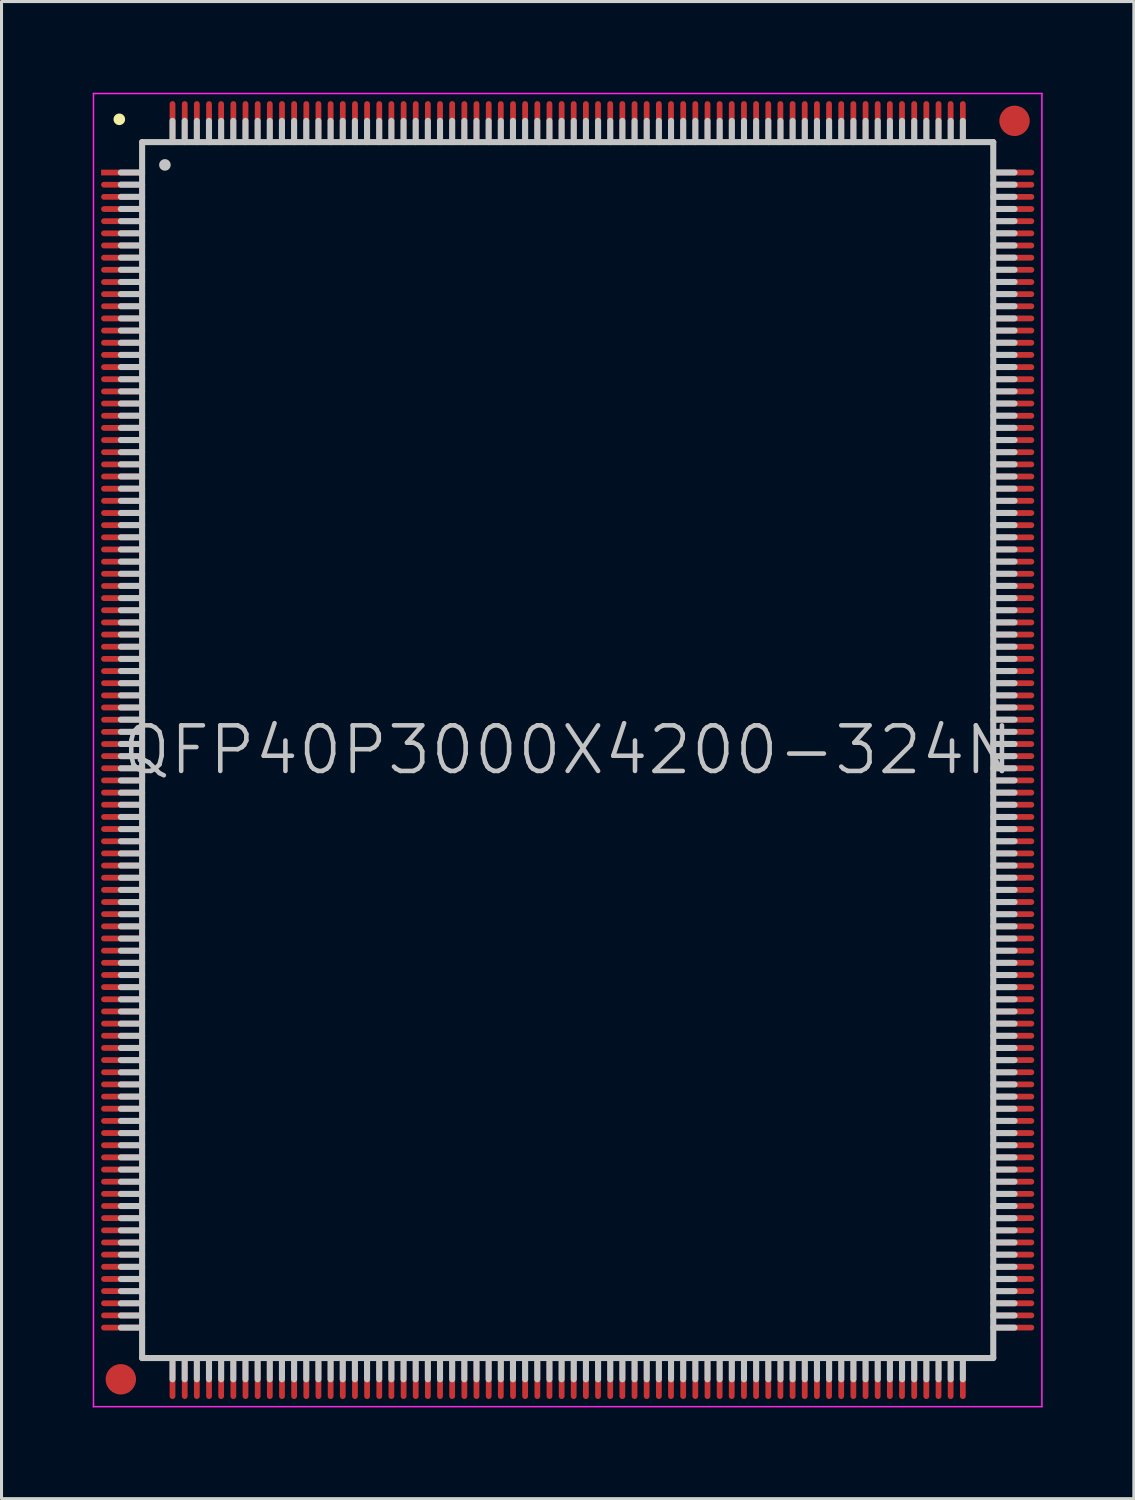
<source format=kicad_pcb>
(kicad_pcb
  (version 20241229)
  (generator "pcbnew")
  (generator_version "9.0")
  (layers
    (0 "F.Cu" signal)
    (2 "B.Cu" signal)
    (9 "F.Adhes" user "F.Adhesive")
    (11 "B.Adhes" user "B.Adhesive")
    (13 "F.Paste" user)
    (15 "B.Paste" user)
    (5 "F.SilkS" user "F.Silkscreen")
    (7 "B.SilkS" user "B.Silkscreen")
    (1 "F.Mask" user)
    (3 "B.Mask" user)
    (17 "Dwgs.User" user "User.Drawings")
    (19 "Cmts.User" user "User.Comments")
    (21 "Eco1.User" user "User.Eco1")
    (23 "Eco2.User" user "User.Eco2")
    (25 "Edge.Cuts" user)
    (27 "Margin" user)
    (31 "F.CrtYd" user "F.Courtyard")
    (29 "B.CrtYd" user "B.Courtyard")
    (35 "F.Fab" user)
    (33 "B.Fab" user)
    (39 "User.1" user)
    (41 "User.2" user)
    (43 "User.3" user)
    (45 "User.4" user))
  (footprint "QFP40P3000X4200-324N"
    (layer "F.Cu")
    (at 15.625 21.625)
    (property "Reference" "QFP40P3000X4200-324N" (at 0 0 0) (layer "Dwgs.User") (effects (font (size 1.5 1.5) (thickness 0.15))))
    (attr smd)
    (fp_line (start -14.75 -20.75) (end -14.75 -20.75) (stroke (width 0.381) (type solid)) (layer "F.SilkS"))
    (fp_line (start -14 -20) (end -14 20) (stroke (width 0.2) (type solid)) (layer "Dwgs.User"))
    (fp_line (start -14 -20) (end 14 -20) (stroke (width 0.2) (type solid)) (layer "Dwgs.User"))
    (fp_line (start -14 -19) (end -14.7 -19) (stroke (width 0.2) (type solid)) (layer "Dwgs.User"))
    (fp_line (start -14 -18.6) (end -14.7 -18.6) (stroke (width 0.2) (type solid)) (layer "Dwgs.User"))
    (fp_line (start -14 -18.2) (end -14.7 -18.2) (stroke (width 0.2) (type solid)) (layer "Dwgs.User"))
    (fp_line (start -14 -17.8) (end -14.7 -17.8) (stroke (width 0.2) (type solid)) (layer "Dwgs.User"))
    (fp_line (start -14 -17.4) (end -14.7 -17.4) (stroke (width 0.2) (type solid)) (layer "Dwgs.User"))
    (fp_line (start -14 -17) (end -14.7 -17) (stroke (width 0.2) (type solid)) (layer "Dwgs.User"))
    (fp_line (start -14 -16.6) (end -14.7 -16.6) (stroke (width 0.2) (type solid)) (layer "Dwgs.User"))
    (fp_line (start -14 -16.2) (end -14.7 -16.2) (stroke (width 0.2) (type solid)) (layer "Dwgs.User"))
    (fp_line (start -14 -15.8) (end -14.7 -15.8) (stroke (width 0.2) (type solid)) (layer "Dwgs.User"))
    (fp_line (start -14 -15.4) (end -14.7 -15.4) (stroke (width 0.2) (type solid)) (layer "Dwgs.User"))
    (fp_line (start -14 -15) (end -14.7 -15) (stroke (width 0.2) (type solid)) (layer "Dwgs.User"))
    (fp_line (start -14 -14.6) (end -14.7 -14.6) (stroke (width 0.2) (type solid)) (layer "Dwgs.User"))
    (fp_line (start -14 -14.2) (end -14.7 -14.2) (stroke (width 0.2) (type solid)) (layer "Dwgs.User"))
    (fp_line (start -14 -13.8) (end -14.7 -13.8) (stroke (width 0.2) (type solid)) (layer "Dwgs.User"))
    (fp_line (start -14 -13.4) (end -14.7 -13.4) (stroke (width 0.2) (type solid)) (layer "Dwgs.User"))
    (fp_line (start -14 -13) (end -14.7 -13) (stroke (width 0.2) (type solid)) (layer "Dwgs.User"))
    (fp_line (start -14 -12.6) (end -14.7 -12.6) (stroke (width 0.2) (type solid)) (layer "Dwgs.User"))
    (fp_line (start -14 -12.2) (end -14.7 -12.2) (stroke (width 0.2) (type solid)) (layer "Dwgs.User"))
    (fp_line (start -14 -11.8) (end -14.7 -11.8) (stroke (width 0.2) (type solid)) (layer "Dwgs.User"))
    (fp_line (start -14 -11.4) (end -14.7 -11.4) (stroke (width 0.2) (type solid)) (layer "Dwgs.User"))
    (fp_line (start -14 -11) (end -14.7 -11) (stroke (width 0.2) (type solid)) (layer "Dwgs.User"))
    (fp_line (start -14 -10.6) (end -14.7 -10.6) (stroke (width 0.2) (type solid)) (layer "Dwgs.User"))
    (fp_line (start -14 -10.2) (end -14.7 -10.2) (stroke (width 0.2) (type solid)) (layer "Dwgs.User"))
    (fp_line (start -14 -9.8) (end -14.7 -9.8) (stroke (width 0.2) (type solid)) (layer "Dwgs.User"))
    (fp_line (start -14 -9.4) (end -14.7 -9.4) (stroke (width 0.2) (type solid)) (layer "Dwgs.User"))
    (fp_line (start -14 -9) (end -14.7 -9) (stroke (width 0.2) (type solid)) (layer "Dwgs.User"))
    (fp_line (start -14 -8.6) (end -14.7 -8.6) (stroke (width 0.2) (type solid)) (layer "Dwgs.User"))
    (fp_line (start -14 -8.2) (end -14.7 -8.2) (stroke (width 0.2) (type solid)) (layer "Dwgs.User"))
    (fp_line (start -14 -7.8) (end -14.7 -7.8) (stroke (width 0.2) (type solid)) (layer "Dwgs.User"))
    (fp_line (start -14 -7.4) (end -14.7 -7.4) (stroke (width 0.2) (type solid)) (layer "Dwgs.User"))
    (fp_line (start -14 -7) (end -14.7 -7) (stroke (width 0.2) (type solid)) (layer "Dwgs.User"))
    (fp_line (start -14 -6.6) (end -14.7 -6.6) (stroke (width 0.2) (type solid)) (layer "Dwgs.User"))
    (fp_line (start -14 -6.2) (end -14.7 -6.2) (stroke (width 0.2) (type solid)) (layer "Dwgs.User"))
    (fp_line (start -14 -5.8) (end -14.7 -5.8) (stroke (width 0.2) (type solid)) (layer "Dwgs.User"))
    (fp_line (start -14 -5.4) (end -14.7 -5.4) (stroke (width 0.2) (type solid)) (layer "Dwgs.User"))
    (fp_line (start -14 -5) (end -14.7 -5) (stroke (width 0.2) (type solid)) (layer "Dwgs.User"))
    (fp_line (start -14 -4.6) (end -14.7 -4.6) (stroke (width 0.2) (type solid)) (layer "Dwgs.User"))
    (fp_line (start -14 -4.2) (end -14.7 -4.2) (stroke (width 0.2) (type solid)) (layer "Dwgs.User"))
    (fp_line (start -14 -3.8) (end -14.7 -3.8) (stroke (width 0.2) (type solid)) (layer "Dwgs.User"))
    (fp_line (start -14 -3.4) (end -14.7 -3.4) (stroke (width 0.2) (type solid)) (layer "Dwgs.User"))
    (fp_line (start -14 -3) (end -14.7 -3) (stroke (width 0.2) (type solid)) (layer "Dwgs.User"))
    (fp_line (start -14 -2.6) (end -14.7 -2.6) (stroke (width 0.2) (type solid)) (layer "Dwgs.User"))
    (fp_line (start -14 -2.2) (end -14.7 -2.2) (stroke (width 0.2) (type solid)) (layer "Dwgs.User"))
    (fp_line (start -14 -1.8) (end -14.7 -1.8) (stroke (width 0.2) (type solid)) (layer "Dwgs.User"))
    (fp_line (start -14 -1.4) (end -14.7 -1.4) (stroke (width 0.2) (type solid)) (layer "Dwgs.User"))
    (fp_line (start -14 -1) (end -14.7 -1) (stroke (width 0.2) (type solid)) (layer "Dwgs.User"))
    (fp_line (start -14 -0.6) (end -14.7 -0.6) (stroke (width 0.2) (type solid)) (layer "Dwgs.User"))
    (fp_line (start -14 -0.2) (end -14.7 -0.2) (stroke (width 0.2) (type solid)) (layer "Dwgs.User"))
    (fp_line (start -14 0.2) (end -14.7 0.2) (stroke (width 0.2) (type solid)) (layer "Dwgs.User"))
    (fp_line (start -14 0.6) (end -14.7 0.6) (stroke (width 0.2) (type solid)) (layer "Dwgs.User"))
    (fp_line (start -14 1) (end -14.7 1) (stroke (width 0.2) (type solid)) (layer "Dwgs.User"))
    (fp_line (start -14 1.4) (end -14.7 1.4) (stroke (width 0.2) (type solid)) (layer "Dwgs.User"))
    (fp_line (start -14 1.8) (end -14.7 1.8) (stroke (width 0.2) (type solid)) (layer "Dwgs.User"))
    (fp_line (start -14 2.2) (end -14.7 2.2) (stroke (width 0.2) (type solid)) (layer "Dwgs.User"))
    (fp_line (start -14 2.6) (end -14.7 2.6) (stroke (width 0.2) (type solid)) (layer "Dwgs.User"))
    (fp_line (start -14 3) (end -14.7 3) (stroke (width 0.2) (type solid)) (layer "Dwgs.User"))
    (fp_line (start -14 3.4) (end -14.7 3.4) (stroke (width 0.2) (type solid)) (layer "Dwgs.User"))
    (fp_line (start -14 3.8) (end -14.7 3.8) (stroke (width 0.2) (type solid)) (layer "Dwgs.User"))
    (fp_line (start -14 4.2) (end -14.7 4.2) (stroke (width 0.2) (type solid)) (layer "Dwgs.User"))
    (fp_line (start -14 4.6) (end -14.7 4.6) (stroke (width 0.2) (type solid)) (layer "Dwgs.User"))
    (fp_line (start -14 5) (end -14.7 5) (stroke (width 0.2) (type solid)) (layer "Dwgs.User"))
    (fp_line (start -14 5.4) (end -14.7 5.4) (stroke (width 0.2) (type solid)) (layer "Dwgs.User"))
    (fp_line (start -14 5.8) (end -14.7 5.8) (stroke (width 0.2) (type solid)) (layer "Dwgs.User"))
    (fp_line (start -14 6.2) (end -14.7 6.2) (stroke (width 0.2) (type solid)) (layer "Dwgs.User"))
    (fp_line (start -14 6.6) (end -14.7 6.6) (stroke (width 0.2) (type solid)) (layer "Dwgs.User"))
    (fp_line (start -14 7) (end -14.7 7) (stroke (width 0.2) (type solid)) (layer "Dwgs.User"))
    (fp_line (start -14 7.4) (end -14.7 7.4) (stroke (width 0.2) (type solid)) (layer "Dwgs.User"))
    (fp_line (start -14 7.8) (end -14.7 7.8) (stroke (width 0.2) (type solid)) (layer "Dwgs.User"))
    (fp_line (start -14 8.2) (end -14.7 8.2) (stroke (width 0.2) (type solid)) (layer "Dwgs.User"))
    (fp_line (start -14 8.6) (end -14.7 8.6) (stroke (width 0.2) (type solid)) (layer "Dwgs.User"))
    (fp_line (start -14 9) (end -14.7 9) (stroke (width 0.2) (type solid)) (layer "Dwgs.User"))
    (fp_line (start -14 9.4) (end -14.7 9.4) (stroke (width 0.2) (type solid)) (layer "Dwgs.User"))
    (fp_line (start -14 9.8) (end -14.7 9.8) (stroke (width 0.2) (type solid)) (layer "Dwgs.User"))
    (fp_line (start -14 10.2) (end -14.7 10.2) (stroke (width 0.2) (type solid)) (layer "Dwgs.User"))
    (fp_line (start -14 10.6) (end -14.7 10.6) (stroke (width 0.2) (type solid)) (layer "Dwgs.User"))
    (fp_line (start -14 11) (end -14.7 11) (stroke (width 0.2) (type solid)) (layer "Dwgs.User"))
    (fp_line (start -14 11.4) (end -14.7 11.4) (stroke (width 0.2) (type solid)) (layer "Dwgs.User"))
    (fp_line (start -14 11.8) (end -14.7 11.8) (stroke (width 0.2) (type solid)) (layer "Dwgs.User"))
    (fp_line (start -14 12.2) (end -14.7 12.2) (stroke (width 0.2) (type solid)) (layer "Dwgs.User"))
    (fp_line (start -14 12.6) (end -14.7 12.6) (stroke (width 0.2) (type solid)) (layer "Dwgs.User"))
    (fp_line (start -14 13) (end -14.7 13) (stroke (width 0.2) (type solid)) (layer "Dwgs.User"))
    (fp_line (start -14 13.4) (end -14.7 13.4) (stroke (width 0.2) (type solid)) (layer "Dwgs.User"))
    (fp_line (start -14 13.8) (end -14.7 13.8) (stroke (width 0.2) (type solid)) (layer "Dwgs.User"))
    (fp_line (start -14 14.2) (end -14.7 14.2) (stroke (width 0.2) (type solid)) (layer "Dwgs.User"))
    (fp_line (start -14 14.6) (end -14.7 14.6) (stroke (width 0.2) (type solid)) (layer "Dwgs.User"))
    (fp_line (start -14 15) (end -14.7 15) (stroke (width 0.2) (type solid)) (layer "Dwgs.User"))
    (fp_line (start -14 15.4) (end -14.7 15.4) (stroke (width 0.2) (type solid)) (layer "Dwgs.User"))
    (fp_line (start -14 15.8) (end -14.7 15.8) (stroke (width 0.2) (type solid)) (layer "Dwgs.User"))
    (fp_line (start -14 16.2) (end -14.7 16.2) (stroke (width 0.2) (type solid)) (layer "Dwgs.User"))
    (fp_line (start -14 16.6) (end -14.7 16.6) (stroke (width 0.2) (type solid)) (layer "Dwgs.User"))
    (fp_line (start -14 17) (end -14.7 17) (stroke (width 0.2) (type solid)) (layer "Dwgs.User"))
    (fp_line (start -14 17.4) (end -14.7 17.4) (stroke (width 0.2) (type solid)) (layer "Dwgs.User"))
    (fp_line (start -14 17.8) (end -14.7 17.8) (stroke (width 0.2) (type solid)) (layer "Dwgs.User"))
    (fp_line (start -14 18.2) (end -14.7 18.2) (stroke (width 0.2) (type solid)) (layer "Dwgs.User"))
    (fp_line (start -14 18.6) (end -14.7 18.6) (stroke (width 0.2) (type solid)) (layer "Dwgs.User"))
    (fp_line (start -14 19) (end -14.7 19) (stroke (width 0.2) (type solid)) (layer "Dwgs.User"))
    (fp_line (start -14 20) (end 14 20) (stroke (width 0.2) (type solid)) (layer "Dwgs.User"))
    (fp_line (start -13.25 -19.25) (end -13.25 -19.25) (stroke (width 0.381) (type solid)) (layer "Dwgs.User"))
    (fp_line (start -13 -20) (end -13 -20.7) (stroke (width 0.2) (type solid)) (layer "Dwgs.User"))
    (fp_line (start -13 20.7) (end -13 20) (stroke (width 0.2) (type solid)) (layer "Dwgs.User"))
    (fp_line (start -12.6 -20) (end -12.6 -20.7) (stroke (width 0.2) (type solid)) (layer "Dwgs.User"))
    (fp_line (start -12.6 20.7) (end -12.6 20) (stroke (width 0.2) (type solid)) (layer "Dwgs.User"))
    (fp_line (start -12.2 -20) (end -12.2 -20.7) (stroke (width 0.2) (type solid)) (layer "Dwgs.User"))
    (fp_line (start -12.2 20.7) (end -12.2 20) (stroke (width 0.2) (type solid)) (layer "Dwgs.User"))
    (fp_line (start -11.8 -20) (end -11.8 -20.7) (stroke (width 0.2) (type solid)) (layer "Dwgs.User"))
    (fp_line (start -11.8 20.7) (end -11.8 20) (stroke (width 0.2) (type solid)) (layer "Dwgs.User"))
    (fp_line (start -11.4 -20) (end -11.4 -20.7) (stroke (width 0.2) (type solid)) (layer "Dwgs.User"))
    (fp_line (start -11.4 20.7) (end -11.4 20) (stroke (width 0.2) (type solid)) (layer "Dwgs.User"))
    (fp_line (start -11 -20) (end -11 -20.7) (stroke (width 0.2) (type solid)) (layer "Dwgs.User"))
    (fp_line (start -11 20.7) (end -11 20) (stroke (width 0.2) (type solid)) (layer "Dwgs.User"))
    (fp_line (start -10.6 -20) (end -10.6 -20.7) (stroke (width 0.2) (type solid)) (layer "Dwgs.User"))
    (fp_line (start -10.6 20.7) (end -10.6 20) (stroke (width 0.2) (type solid)) (layer "Dwgs.User"))
    (fp_line (start -10.2 -20) (end -10.2 -20.7) (stroke (width 0.2) (type solid)) (layer "Dwgs.User"))
    (fp_line (start -10.2 20.7) (end -10.2 20) (stroke (width 0.2) (type solid)) (layer "Dwgs.User"))
    (fp_line (start -9.8 -20) (end -9.8 -20.7) (stroke (width 0.2) (type solid)) (layer "Dwgs.User"))
    (fp_line (start -9.8 20.7) (end -9.8 20) (stroke (width 0.2) (type solid)) (layer "Dwgs.User"))
    (fp_line (start -9.4 -20) (end -9.4 -20.7) (stroke (width 0.2) (type solid)) (layer "Dwgs.User"))
    (fp_line (start -9.4 20.7) (end -9.4 20) (stroke (width 0.2) (type solid)) (layer "Dwgs.User"))
    (fp_line (start -9 -20) (end -9 -20.7) (stroke (width 0.2) (type solid)) (layer "Dwgs.User"))
    (fp_line (start -9 20.7) (end -9 20) (stroke (width 0.2) (type solid)) (layer "Dwgs.User"))
    (fp_line (start -8.6 -20) (end -8.6 -20.7) (stroke (width 0.2) (type solid)) (layer "Dwgs.User"))
    (fp_line (start -8.6 20.7) (end -8.6 20) (stroke (width 0.2) (type solid)) (layer "Dwgs.User"))
    (fp_line (start -8.2 -20) (end -8.2 -20.7) (stroke (width 0.2) (type solid)) (layer "Dwgs.User"))
    (fp_line (start -8.2 20.7) (end -8.2 20) (stroke (width 0.2) (type solid)) (layer "Dwgs.User"))
    (fp_line (start -7.8 -20) (end -7.8 -20.7) (stroke (width 0.2) (type solid)) (layer "Dwgs.User"))
    (fp_line (start -7.8 20.7) (end -7.8 20) (stroke (width 0.2) (type solid)) (layer "Dwgs.User"))
    (fp_line (start -7.4 -20) (end -7.4 -20.7) (stroke (width 0.2) (type solid)) (layer "Dwgs.User"))
    (fp_line (start -7.4 20.7) (end -7.4 20) (stroke (width 0.2) (type solid)) (layer "Dwgs.User"))
    (fp_line (start -7 -20) (end -7 -20.7) (stroke (width 0.2) (type solid)) (layer "Dwgs.User"))
    (fp_line (start -7 20.7) (end -7 20) (stroke (width 0.2) (type solid)) (layer "Dwgs.User"))
    (fp_line (start -6.6 -20) (end -6.6 -20.7) (stroke (width 0.2) (type solid)) (layer "Dwgs.User"))
    (fp_line (start -6.6 20.7) (end -6.6 20) (stroke (width 0.2) (type solid)) (layer "Dwgs.User"))
    (fp_line (start -6.2 -20) (end -6.2 -20.7) (stroke (width 0.2) (type solid)) (layer "Dwgs.User"))
    (fp_line (start -6.2 20.7) (end -6.2 20) (stroke (width 0.2) (type solid)) (layer "Dwgs.User"))
    (fp_line (start -5.8 -20) (end -5.8 -20.7) (stroke (width 0.2) (type solid)) (layer "Dwgs.User"))
    (fp_line (start -5.8 20.7) (end -5.8 20) (stroke (width 0.2) (type solid)) (layer "Dwgs.User"))
    (fp_line (start -5.4 -20) (end -5.4 -20.7) (stroke (width 0.2) (type solid)) (layer "Dwgs.User"))
    (fp_line (start -5.4 20.7) (end -5.4 20) (stroke (width 0.2) (type solid)) (layer "Dwgs.User"))
    (fp_line (start -5 -20) (end -5 -20.7) (stroke (width 0.2) (type solid)) (layer "Dwgs.User"))
    (fp_line (start -5 20.7) (end -5 20) (stroke (width 0.2) (type solid)) (layer "Dwgs.User"))
    (fp_line (start -4.6 -20) (end -4.6 -20.7) (stroke (width 0.2) (type solid)) (layer "Dwgs.User"))
    (fp_line (start -4.6 20.7) (end -4.6 20) (stroke (width 0.2) (type solid)) (layer "Dwgs.User"))
    (fp_line (start -4.2 -20) (end -4.2 -20.7) (stroke (width 0.2) (type solid)) (layer "Dwgs.User"))
    (fp_line (start -4.2 20.7) (end -4.2 20) (stroke (width 0.2) (type solid)) (layer "Dwgs.User"))
    (fp_line (start -3.8 -20) (end -3.8 -20.7) (stroke (width 0.2) (type solid)) (layer "Dwgs.User"))
    (fp_line (start -3.8 20.7) (end -3.8 20) (stroke (width 0.2) (type solid)) (layer "Dwgs.User"))
    (fp_line (start -3.4 -20) (end -3.4 -20.7) (stroke (width 0.2) (type solid)) (layer "Dwgs.User"))
    (fp_line (start -3.4 20.7) (end -3.4 20) (stroke (width 0.2) (type solid)) (layer "Dwgs.User"))
    (fp_line (start -3 -20) (end -3 -20.7) (stroke (width 0.2) (type solid)) (layer "Dwgs.User"))
    (fp_line (start -3 20.7) (end -3 20) (stroke (width 0.2) (type solid)) (layer "Dwgs.User"))
    (fp_line (start -2.6 -20) (end -2.6 -20.7) (stroke (width 0.2) (type solid)) (layer "Dwgs.User"))
    (fp_line (start -2.6 20.7) (end -2.6 20) (stroke (width 0.2) (type solid)) (layer "Dwgs.User"))
    (fp_line (start -2.2 -20) (end -2.2 -20.7) (stroke (width 0.2) (type solid)) (layer "Dwgs.User"))
    (fp_line (start -2.2 20.7) (end -2.2 20) (stroke (width 0.2) (type solid)) (layer "Dwgs.User"))
    (fp_line (start -1.8 -20) (end -1.8 -20.7) (stroke (width 0.2) (type solid)) (layer "Dwgs.User"))
    (fp_line (start -1.8 20.7) (end -1.8 20) (stroke (width 0.2) (type solid)) (layer "Dwgs.User"))
    (fp_line (start -1.4 -20) (end -1.4 -20.7) (stroke (width 0.2) (type solid)) (layer "Dwgs.User"))
    (fp_line (start -1.4 20.7) (end -1.4 20) (stroke (width 0.2) (type solid)) (layer "Dwgs.User"))
    (fp_line (start -1 -20) (end -1 -20.7) (stroke (width 0.2) (type solid)) (layer "Dwgs.User"))
    (fp_line (start -1 20.7) (end -1 20) (stroke (width 0.2) (type solid)) (layer "Dwgs.User"))
    (fp_line (start -0.6 -20) (end -0.6 -20.7) (stroke (width 0.2) (type solid)) (layer "Dwgs.User"))
    (fp_line (start -0.6 20.7) (end -0.6 20) (stroke (width 0.2) (type solid)) (layer "Dwgs.User"))
    (fp_line (start -0.2 -20) (end -0.2 -20.7) (stroke (width 0.2) (type solid)) (layer "Dwgs.User"))
    (fp_line (start -0.2 20.7) (end -0.2 20) (stroke (width 0.2) (type solid)) (layer "Dwgs.User"))
    (fp_line (start 0.2 -20) (end 0.2 -20.7) (stroke (width 0.2) (type solid)) (layer "Dwgs.User"))
    (fp_line (start 0.2 20.7) (end 0.2 20) (stroke (width 0.2) (type solid)) (layer "Dwgs.User"))
    (fp_line (start 0.6 -20) (end 0.6 -20.7) (stroke (width 0.2) (type solid)) (layer "Dwgs.User"))
    (fp_line (start 0.6 20.7) (end 0.6 20) (stroke (width 0.2) (type solid)) (layer "Dwgs.User"))
    (fp_line (start 1 -20) (end 1 -20.7) (stroke (width 0.2) (type solid)) (layer "Dwgs.User"))
    (fp_line (start 1 20.7) (end 1 20) (stroke (width 0.2) (type solid)) (layer "Dwgs.User"))
    (fp_line (start 1.4 -20) (end 1.4 -20.7) (stroke (width 0.2) (type solid)) (layer "Dwgs.User"))
    (fp_line (start 1.4 20.7) (end 1.4 20) (stroke (width 0.2) (type solid)) (layer "Dwgs.User"))
    (fp_line (start 1.8 -20) (end 1.8 -20.7) (stroke (width 0.2) (type solid)) (layer "Dwgs.User"))
    (fp_line (start 1.8 20.7) (end 1.8 20) (stroke (width 0.2) (type solid)) (layer "Dwgs.User"))
    (fp_line (start 2.2 -20) (end 2.2 -20.7) (stroke (width 0.2) (type solid)) (layer "Dwgs.User"))
    (fp_line (start 2.2 20.7) (end 2.2 20) (stroke (width 0.2) (type solid)) (layer "Dwgs.User"))
    (fp_line (start 2.6 -20) (end 2.6 -20.7) (stroke (width 0.2) (type solid)) (layer "Dwgs.User"))
    (fp_line (start 2.6 20.7) (end 2.6 20) (stroke (width 0.2) (type solid)) (layer "Dwgs.User"))
    (fp_line (start 3 -20) (end 3 -20.7) (stroke (width 0.2) (type solid)) (layer "Dwgs.User"))
    (fp_line (start 3 20.7) (end 3 20) (stroke (width 0.2) (type solid)) (layer "Dwgs.User"))
    (fp_line (start 3.4 -20) (end 3.4 -20.7) (stroke (width 0.2) (type solid)) (layer "Dwgs.User"))
    (fp_line (start 3.4 20.7) (end 3.4 20) (stroke (width 0.2) (type solid)) (layer "Dwgs.User"))
    (fp_line (start 3.8 -20) (end 3.8 -20.7) (stroke (width 0.2) (type solid)) (layer "Dwgs.User"))
    (fp_line (start 3.8 20.7) (end 3.8 20) (stroke (width 0.2) (type solid)) (layer "Dwgs.User"))
    (fp_line (start 4.2 -20) (end 4.2 -20.7) (stroke (width 0.2) (type solid)) (layer "Dwgs.User"))
    (fp_line (start 4.2 20.7) (end 4.2 20) (stroke (width 0.2) (type solid)) (layer "Dwgs.User"))
    (fp_line (start 4.6 -20) (end 4.6 -20.7) (stroke (width 0.2) (type solid)) (layer "Dwgs.User"))
    (fp_line (start 4.6 20.7) (end 4.6 20) (stroke (width 0.2) (type solid)) (layer "Dwgs.User"))
    (fp_line (start 5 -20) (end 5 -20.7) (stroke (width 0.2) (type solid)) (layer "Dwgs.User"))
    (fp_line (start 5 20.7) (end 5 20) (stroke (width 0.2) (type solid)) (layer "Dwgs.User"))
    (fp_line (start 5.4 -20) (end 5.4 -20.7) (stroke (width 0.2) (type solid)) (layer "Dwgs.User"))
    (fp_line (start 5.4 20.7) (end 5.4 20) (stroke (width 0.2) (type solid)) (layer "Dwgs.User"))
    (fp_line (start 5.8 -20) (end 5.8 -20.7) (stroke (width 0.2) (type solid)) (layer "Dwgs.User"))
    (fp_line (start 5.8 20.7) (end 5.8 20) (stroke (width 0.2) (type solid)) (layer "Dwgs.User"))
    (fp_line (start 6.2 -20) (end 6.2 -20.7) (stroke (width 0.2) (type solid)) (layer "Dwgs.User"))
    (fp_line (start 6.2 20.7) (end 6.2 20) (stroke (width 0.2) (type solid)) (layer "Dwgs.User"))
    (fp_line (start 6.6 -20) (end 6.6 -20.7) (stroke (width 0.2) (type solid)) (layer "Dwgs.User"))
    (fp_line (start 6.6 20.7) (end 6.6 20) (stroke (width 0.2) (type solid)) (layer "Dwgs.User"))
    (fp_line (start 7 -20) (end 7 -20.7) (stroke (width 0.2) (type solid)) (layer "Dwgs.User"))
    (fp_line (start 7 20.7) (end 7 20) (stroke (width 0.2) (type solid)) (layer "Dwgs.User"))
    (fp_line (start 7.4 -20) (end 7.4 -20.7) (stroke (width 0.2) (type solid)) (layer "Dwgs.User"))
    (fp_line (start 7.4 20.7) (end 7.4 20) (stroke (width 0.2) (type solid)) (layer "Dwgs.User"))
    (fp_line (start 7.8 -20) (end 7.8 -20.7) (stroke (width 0.2) (type solid)) (layer "Dwgs.User"))
    (fp_line (start 7.8 20.7) (end 7.8 20) (stroke (width 0.2) (type solid)) (layer "Dwgs.User"))
    (fp_line (start 8.2 -20) (end 8.2 -20.7) (stroke (width 0.2) (type solid)) (layer "Dwgs.User"))
    (fp_line (start 8.2 20.7) (end 8.2 20) (stroke (width 0.2) (type solid)) (layer "Dwgs.User"))
    (fp_line (start 8.6 -20) (end 8.6 -20.7) (stroke (width 0.2) (type solid)) (layer "Dwgs.User"))
    (fp_line (start 8.6 20.7) (end 8.6 20) (stroke (width 0.2) (type solid)) (layer "Dwgs.User"))
    (fp_line (start 9 -20) (end 9 -20.7) (stroke (width 0.2) (type solid)) (layer "Dwgs.User"))
    (fp_line (start 9 20.7) (end 9 20) (stroke (width 0.2) (type solid)) (layer "Dwgs.User"))
    (fp_line (start 9.4 -20) (end 9.4 -20.7) (stroke (width 0.2) (type solid)) (layer "Dwgs.User"))
    (fp_line (start 9.4 20.7) (end 9.4 20) (stroke (width 0.2) (type solid)) (layer "Dwgs.User"))
    (fp_line (start 9.8 -20) (end 9.8 -20.7) (stroke (width 0.2) (type solid)) (layer "Dwgs.User"))
    (fp_line (start 9.8 20.7) (end 9.8 20) (stroke (width 0.2) (type solid)) (layer "Dwgs.User"))
    (fp_line (start 10.2 -20) (end 10.2 -20.7) (stroke (width 0.2) (type solid)) (layer "Dwgs.User"))
    (fp_line (start 10.2 20.7) (end 10.2 20) (stroke (width 0.2) (type solid)) (layer "Dwgs.User"))
    (fp_line (start 10.6 -20) (end 10.6 -20.7) (stroke (width 0.2) (type solid)) (layer "Dwgs.User"))
    (fp_line (start 10.6 20.7) (end 10.6 20) (stroke (width 0.2) (type solid)) (layer "Dwgs.User"))
    (fp_line (start 11 -20) (end 11 -20.7) (stroke (width 0.2) (type solid)) (layer "Dwgs.User"))
    (fp_line (start 11 20.7) (end 11 20) (stroke (width 0.2) (type solid)) (layer "Dwgs.User"))
    (fp_line (start 11.4 -20) (end 11.4 -20.7) (stroke (width 0.2) (type solid)) (layer "Dwgs.User"))
    (fp_line (start 11.4 20.7) (end 11.4 20) (stroke (width 0.2) (type solid)) (layer "Dwgs.User"))
    (fp_line (start 11.8 -20) (end 11.8 -20.7) (stroke (width 0.2) (type solid)) (layer "Dwgs.User"))
    (fp_line (start 11.8 20.7) (end 11.8 20) (stroke (width 0.2) (type solid)) (layer "Dwgs.User"))
    (fp_line (start 12.2 -20) (end 12.2 -20.7) (stroke (width 0.2) (type solid)) (layer "Dwgs.User"))
    (fp_line (start 12.2 20.7) (end 12.2 20) (stroke (width 0.2) (type solid)) (layer "Dwgs.User"))
    (fp_line (start 12.6 -20) (end 12.6 -20.7) (stroke (width 0.2) (type solid)) (layer "Dwgs.User"))
    (fp_line (start 12.6 20.7) (end 12.6 20) (stroke (width 0.2) (type solid)) (layer "Dwgs.User"))
    (fp_line (start 13 -20) (end 13 -20.7) (stroke (width 0.2) (type solid)) (layer "Dwgs.User"))
    (fp_line (start 13 20.7) (end 13 20) (stroke (width 0.2) (type solid)) (layer "Dwgs.User"))
    (fp_line (start 14 -20) (end 14 20) (stroke (width 0.2) (type solid)) (layer "Dwgs.User"))
    (fp_line (start 14.7 -19) (end 14 -19) (stroke (width 0.2) (type solid)) (layer "Dwgs.User"))
    (fp_line (start 14.7 -18.6) (end 14 -18.6) (stroke (width 0.2) (type solid)) (layer "Dwgs.User"))
    (fp_line (start 14.7 -18.2) (end 14 -18.2) (stroke (width 0.2) (type solid)) (layer "Dwgs.User"))
    (fp_line (start 14.7 -17.8) (end 14 -17.8) (stroke (width 0.2) (type solid)) (layer "Dwgs.User"))
    (fp_line (start 14.7 -17.4) (end 14 -17.4) (stroke (width 0.2) (type solid)) (layer "Dwgs.User"))
    (fp_line (start 14.7 -17) (end 14 -17) (stroke (width 0.2) (type solid)) (layer "Dwgs.User"))
    (fp_line (start 14.7 -16.6) (end 14 -16.6) (stroke (width 0.2) (type solid)) (layer "Dwgs.User"))
    (fp_line (start 14.7 -16.2) (end 14 -16.2) (stroke (width 0.2) (type solid)) (layer "Dwgs.User"))
    (fp_line (start 14.7 -15.8) (end 14 -15.8) (stroke (width 0.2) (type solid)) (layer "Dwgs.User"))
    (fp_line (start 14.7 -15.4) (end 14 -15.4) (stroke (width 0.2) (type solid)) (layer "Dwgs.User"))
    (fp_line (start 14.7 -15) (end 14 -15) (stroke (width 0.2) (type solid)) (layer "Dwgs.User"))
    (fp_line (start 14.7 -14.6) (end 14 -14.6) (stroke (width 0.2) (type solid)) (layer "Dwgs.User"))
    (fp_line (start 14.7 -14.2) (end 14 -14.2) (stroke (width 0.2) (type solid)) (layer "Dwgs.User"))
    (fp_line (start 14.7 -13.8) (end 14 -13.8) (stroke (width 0.2) (type solid)) (layer "Dwgs.User"))
    (fp_line (start 14.7 -13.4) (end 14 -13.4) (stroke (width 0.2) (type solid)) (layer "Dwgs.User"))
    (fp_line (start 14.7 -13) (end 14 -13) (stroke (width 0.2) (type solid)) (layer "Dwgs.User"))
    (fp_line (start 14.7 -12.6) (end 14 -12.6) (stroke (width 0.2) (type solid)) (layer "Dwgs.User"))
    (fp_line (start 14.7 -12.2) (end 14 -12.2) (stroke (width 0.2) (type solid)) (layer "Dwgs.User"))
    (fp_line (start 14.7 -11.8) (end 14 -11.8) (stroke (width 0.2) (type solid)) (layer "Dwgs.User"))
    (fp_line (start 14.7 -11.4) (end 14 -11.4) (stroke (width 0.2) (type solid)) (layer "Dwgs.User"))
    (fp_line (start 14.7 -11) (end 14 -11) (stroke (width 0.2) (type solid)) (layer "Dwgs.User"))
    (fp_line (start 14.7 -10.6) (end 14 -10.6) (stroke (width 0.2) (type solid)) (layer "Dwgs.User"))
    (fp_line (start 14.7 -10.2) (end 14 -10.2) (stroke (width 0.2) (type solid)) (layer "Dwgs.User"))
    (fp_line (start 14.7 -9.8) (end 14 -9.8) (stroke (width 0.2) (type solid)) (layer "Dwgs.User"))
    (fp_line (start 14.7 -9.4) (end 14 -9.4) (stroke (width 0.2) (type solid)) (layer "Dwgs.User"))
    (fp_line (start 14.7 -9) (end 14 -9) (stroke (width 0.2) (type solid)) (layer "Dwgs.User"))
    (fp_line (start 14.7 -8.6) (end 14 -8.6) (stroke (width 0.2) (type solid)) (layer "Dwgs.User"))
    (fp_line (start 14.7 -8.2) (end 14 -8.2) (stroke (width 0.2) (type solid)) (layer "Dwgs.User"))
    (fp_line (start 14.7 -7.8) (end 14 -7.8) (stroke (width 0.2) (type solid)) (layer "Dwgs.User"))
    (fp_line (start 14.7 -7.4) (end 14 -7.4) (stroke (width 0.2) (type solid)) (layer "Dwgs.User"))
    (fp_line (start 14.7 -7) (end 14 -7) (stroke (width 0.2) (type solid)) (layer "Dwgs.User"))
    (fp_line (start 14.7 -6.6) (end 14 -6.6) (stroke (width 0.2) (type solid)) (layer "Dwgs.User"))
    (fp_line (start 14.7 -6.2) (end 14 -6.2) (stroke (width 0.2) (type solid)) (layer "Dwgs.User"))
    (fp_line (start 14.7 -5.8) (end 14 -5.8) (stroke (width 0.2) (type solid)) (layer "Dwgs.User"))
    (fp_line (start 14.7 -5.4) (end 14 -5.4) (stroke (width 0.2) (type solid)) (layer "Dwgs.User"))
    (fp_line (start 14.7 -5) (end 14 -5) (stroke (width 0.2) (type solid)) (layer "Dwgs.User"))
    (fp_line (start 14.7 -4.6) (end 14 -4.6) (stroke (width 0.2) (type solid)) (layer "Dwgs.User"))
    (fp_line (start 14.7 -4.2) (end 14 -4.2) (stroke (width 0.2) (type solid)) (layer "Dwgs.User"))
    (fp_line (start 14.7 -3.8) (end 14 -3.8) (stroke (width 0.2) (type solid)) (layer "Dwgs.User"))
    (fp_line (start 14.7 -3.4) (end 14 -3.4) (stroke (width 0.2) (type solid)) (layer "Dwgs.User"))
    (fp_line (start 14.7 -3) (end 14 -3) (stroke (width 0.2) (type solid)) (layer "Dwgs.User"))
    (fp_line (start 14.7 -2.6) (end 14 -2.6) (stroke (width 0.2) (type solid)) (layer "Dwgs.User"))
    (fp_line (start 14.7 -2.2) (end 14 -2.2) (stroke (width 0.2) (type solid)) (layer "Dwgs.User"))
    (fp_line (start 14.7 -1.8) (end 14 -1.8) (stroke (width 0.2) (type solid)) (layer "Dwgs.User"))
    (fp_line (start 14.7 -1.4) (end 14 -1.4) (stroke (width 0.2) (type solid)) (layer "Dwgs.User"))
    (fp_line (start 14.7 -1) (end 14 -1) (stroke (width 0.2) (type solid)) (layer "Dwgs.User"))
    (fp_line (start 14.7 -0.6) (end 14 -0.6) (stroke (width 0.2) (type solid)) (layer "Dwgs.User"))
    (fp_line (start 14.7 -0.2) (end 14 -0.2) (stroke (width 0.2) (type solid)) (layer "Dwgs.User"))
    (fp_line (start 14.7 0.2) (end 14 0.2) (stroke (width 0.2) (type solid)) (layer "Dwgs.User"))
    (fp_line (start 14.7 0.6) (end 14 0.6) (stroke (width 0.2) (type solid)) (layer "Dwgs.User"))
    (fp_line (start 14.7 1) (end 14 1) (stroke (width 0.2) (type solid)) (layer "Dwgs.User"))
    (fp_line (start 14.7 1.4) (end 14 1.4) (stroke (width 0.2) (type solid)) (layer "Dwgs.User"))
    (fp_line (start 14.7 1.8) (end 14 1.8) (stroke (width 0.2) (type solid)) (layer "Dwgs.User"))
    (fp_line (start 14.7 2.2) (end 14 2.2) (stroke (width 0.2) (type solid)) (layer "Dwgs.User"))
    (fp_line (start 14.7 2.6) (end 14 2.6) (stroke (width 0.2) (type solid)) (layer "Dwgs.User"))
    (fp_line (start 14.7 3) (end 14 3) (stroke (width 0.2) (type solid)) (layer "Dwgs.User"))
    (fp_line (start 14.7 3.4) (end 14 3.4) (stroke (width 0.2) (type solid)) (layer "Dwgs.User"))
    (fp_line (start 14.7 3.8) (end 14 3.8) (stroke (width 0.2) (type solid)) (layer "Dwgs.User"))
    (fp_line (start 14.7 4.2) (end 14 4.2) (stroke (width 0.2) (type solid)) (layer "Dwgs.User"))
    (fp_line (start 14.7 4.6) (end 14 4.6) (stroke (width 0.2) (type solid)) (layer "Dwgs.User"))
    (fp_line (start 14.7 5) (end 14 5) (stroke (width 0.2) (type solid)) (layer "Dwgs.User"))
    (fp_line (start 14.7 5.4) (end 14 5.4) (stroke (width 0.2) (type solid)) (layer "Dwgs.User"))
    (fp_line (start 14.7 5.8) (end 14 5.8) (stroke (width 0.2) (type solid)) (layer "Dwgs.User"))
    (fp_line (start 14.7 6.2) (end 14 6.2) (stroke (width 0.2) (type solid)) (layer "Dwgs.User"))
    (fp_line (start 14.7 6.6) (end 14 6.6) (stroke (width 0.2) (type solid)) (layer "Dwgs.User"))
    (fp_line (start 14.7 7) (end 14 7) (stroke (width 0.2) (type solid)) (layer "Dwgs.User"))
    (fp_line (start 14.7 7.4) (end 14 7.4) (stroke (width 0.2) (type solid)) (layer "Dwgs.User"))
    (fp_line (start 14.7 7.8) (end 14 7.8) (stroke (width 0.2) (type solid)) (layer "Dwgs.User"))
    (fp_line (start 14.7 8.2) (end 14 8.2) (stroke (width 0.2) (type solid)) (layer "Dwgs.User"))
    (fp_line (start 14.7 8.6) (end 14 8.6) (stroke (width 0.2) (type solid)) (layer "Dwgs.User"))
    (fp_line (start 14.7 9) (end 14 9) (stroke (width 0.2) (type solid)) (layer "Dwgs.User"))
    (fp_line (start 14.7 9.4) (end 14 9.4) (stroke (width 0.2) (type solid)) (layer "Dwgs.User"))
    (fp_line (start 14.7 9.8) (end 14 9.8) (stroke (width 0.2) (type solid)) (layer "Dwgs.User"))
    (fp_line (start 14.7 10.2) (end 14 10.2) (stroke (width 0.2) (type solid)) (layer "Dwgs.User"))
    (fp_line (start 14.7 10.6) (end 14 10.6) (stroke (width 0.2) (type solid)) (layer "Dwgs.User"))
    (fp_line (start 14.7 11) (end 14 11) (stroke (width 0.2) (type solid)) (layer "Dwgs.User"))
    (fp_line (start 14.7 11.4) (end 14 11.4) (stroke (width 0.2) (type solid)) (layer "Dwgs.User"))
    (fp_line (start 14.7 11.8) (end 14 11.8) (stroke (width 0.2) (type solid)) (layer "Dwgs.User"))
    (fp_line (start 14.7 12.2) (end 14 12.2) (stroke (width 0.2) (type solid)) (layer "Dwgs.User"))
    (fp_line (start 14.7 12.6) (end 14 12.6) (stroke (width 0.2) (type solid)) (layer "Dwgs.User"))
    (fp_line (start 14.7 13) (end 14 13) (stroke (width 0.2) (type solid)) (layer "Dwgs.User"))
    (fp_line (start 14.7 13.4) (end 14 13.4) (stroke (width 0.2) (type solid)) (layer "Dwgs.User"))
    (fp_line (start 14.7 13.8) (end 14 13.8) (stroke (width 0.2) (type solid)) (layer "Dwgs.User"))
    (fp_line (start 14.7 14.2) (end 14 14.2) (stroke (width 0.2) (type solid)) (layer "Dwgs.User"))
    (fp_line (start 14.7 14.6) (end 14 14.6) (stroke (width 0.2) (type solid)) (layer "Dwgs.User"))
    (fp_line (start 14.7 15) (end 14 15) (stroke (width 0.2) (type solid)) (layer "Dwgs.User"))
    (fp_line (start 14.7 15.4) (end 14 15.4) (stroke (width 0.2) (type solid)) (layer "Dwgs.User"))
    (fp_line (start 14.7 15.8) (end 14 15.8) (stroke (width 0.2) (type solid)) (layer "Dwgs.User"))
    (fp_line (start 14.7 16.2) (end 14 16.2) (stroke (width 0.2) (type solid)) (layer "Dwgs.User"))
    (fp_line (start 14.7 16.6) (end 14 16.6) (stroke (width 0.2) (type solid)) (layer "Dwgs.User"))
    (fp_line (start 14.7 17) (end 14 17) (stroke (width 0.2) (type solid)) (layer "Dwgs.User"))
    (fp_line (start 14.7 17.4) (end 14 17.4) (stroke (width 0.2) (type solid)) (layer "Dwgs.User"))
    (fp_line (start 14.7 17.8) (end 14 17.8) (stroke (width 0.2) (type solid)) (layer "Dwgs.User"))
    (fp_line (start 14.7 18.2) (end 14 18.2) (stroke (width 0.2) (type solid)) (layer "Dwgs.User"))
    (fp_line (start 14.7 18.6) (end 14 18.6) (stroke (width 0.2) (type solid)) (layer "Dwgs.User"))
    (fp_line (start 14.7 19) (end 14 19) (stroke (width 0.2) (type solid)) (layer "Dwgs.User"))
    (fp_line (start -15.6 -21.6) (end -15.6 21.6) (stroke (width 0.05) (type solid)) (layer "F.CrtYd"))
    (fp_line (start -15.6 -21.6) (end 15.6 -21.6) (stroke (width 0.05) (type solid)) (layer "F.CrtYd"))
    (fp_line (start -15.6 21.6) (end 15.6 21.6) (stroke (width 0.05) (type solid)) (layer "F.CrtYd"))
    (fp_line (start 15.6 -21.6) (end 15.6 21.6) (stroke (width 0.05) (type solid)) (layer "F.CrtYd"))
    (pad "" smd circle (at -14.7 20.7) (size 1 1) (layers "F.Cu" "F.Mask"))
    (pad "" smd circle (at 14.7 -20.7) (size 1 1) (layers "F.Cu" "F.Mask"))
    (pad "1" smd rect (at -14.699 -18.999 90) (size 0.19 1.3) (layers "F.Cu" "F.Mask" "F.Paste"))
    (pad "2" smd oval (at -14.699 -18.598 90) (size 0.19 1.3) (layers "F.Cu" "F.Mask" "F.Paste"))
    (pad "3" smd oval (at -14.699 -18.199 90) (size 0.19 1.3) (layers "F.Cu" "F.Mask" "F.Paste"))
    (pad "4" smd oval (at -14.699 -17.798 90) (size 0.19 1.3) (layers "F.Cu" "F.Mask" "F.Paste"))
    (pad "5" smd oval (at -14.699 -17.399 90) (size 0.19 1.3) (layers "F.Cu" "F.Mask" "F.Paste"))
    (pad "6" smd oval (at -14.699 -16.998 90) (size 0.19 1.3) (layers "F.Cu" "F.Mask" "F.Paste"))
    (pad "7" smd oval (at -14.699 -16.599 90) (size 0.19 1.3) (layers "F.Cu" "F.Mask" "F.Paste"))
    (pad "8" smd oval (at -14.699 -16.198 90) (size 0.19 1.3) (layers "F.Cu" "F.Mask" "F.Paste"))
    (pad "9" smd oval (at -14.699 -15.799 90) (size 0.19 1.3) (layers "F.Cu" "F.Mask" "F.Paste"))
    (pad "10" smd oval (at -14.699 -15.397 90) (size 0.19 1.3) (layers "F.Cu" "F.Mask" "F.Paste"))
    (pad "11" smd oval (at -14.699 -14.999 90) (size 0.19 1.3) (layers "F.Cu" "F.Mask" "F.Paste"))
    (pad "12" smd oval (at -14.699 -14.6 90) (size 0.19 1.3) (layers "F.Cu" "F.Mask" "F.Paste"))
    (pad "13" smd oval (at -14.699 -14.199 90) (size 0.19 1.3) (layers "F.Cu" "F.Mask" "F.Paste"))
    (pad "14" smd oval (at -14.699 -13.8 90) (size 0.19 1.3) (layers "F.Cu" "F.Mask" "F.Paste"))
    (pad "15" smd oval (at -14.699 -13.399 90) (size 0.19 1.3) (layers "F.Cu" "F.Mask" "F.Paste"))
    (pad "16" smd oval (at -14.699 -13 90) (size 0.19 1.3) (layers "F.Cu" "F.Mask" "F.Paste"))
    (pad "17" smd oval (at -14.699 -12.598 90) (size 0.19 1.3) (layers "F.Cu" "F.Mask" "F.Paste"))
    (pad "18" smd oval (at -14.699 -12.2 90) (size 0.19 1.3) (layers "F.Cu" "F.Mask" "F.Paste"))
    (pad "19" smd oval (at -14.699 -11.798 90) (size 0.19 1.3) (layers "F.Cu" "F.Mask" "F.Paste"))
    (pad "20" smd oval (at -14.699 -11.4 90) (size 0.19 1.3) (layers "F.Cu" "F.Mask" "F.Paste"))
    (pad "21" smd oval (at -14.699 -10.998 90) (size 0.19 1.3) (layers "F.Cu" "F.Mask" "F.Paste"))
    (pad "22" smd oval (at -14.699 -10.599 90) (size 0.19 1.3) (layers "F.Cu" "F.Mask" "F.Paste"))
    (pad "23" smd oval (at -14.699 -10.198 90) (size 0.19 1.3) (layers "F.Cu" "F.Mask" "F.Paste"))
    (pad "24" smd oval (at -14.699 -9.799 90) (size 0.19 1.3) (layers "F.Cu" "F.Mask" "F.Paste"))
    (pad "25" smd oval (at -14.699 -9.398 90) (size 0.19 1.3) (layers "F.Cu" "F.Mask" "F.Paste"))
    (pad "26" smd oval (at -14.699 -8.999 90) (size 0.19 1.3) (layers "F.Cu" "F.Mask" "F.Paste"))
    (pad "27" smd oval (at -14.699 -8.598 90) (size 0.19 1.3) (layers "F.Cu" "F.Mask" "F.Paste"))
    (pad "28" smd oval (at -14.699 -8.199 90) (size 0.19 1.3) (layers "F.Cu" "F.Mask" "F.Paste"))
    (pad "29" smd oval (at -14.699 -7.798 90) (size 0.19 1.3) (layers "F.Cu" "F.Mask" "F.Paste"))
    (pad "30" smd oval (at -14.699 -7.399 90) (size 0.19 1.3) (layers "F.Cu" "F.Mask" "F.Paste"))
    (pad "31" smd oval (at -14.699 -6.998 90) (size 0.19 1.3) (layers "F.Cu" "F.Mask" "F.Paste"))
    (pad "32" smd oval (at -14.699 -6.599 90) (size 0.19 1.3) (layers "F.Cu" "F.Mask" "F.Paste"))
    (pad "33" smd oval (at -14.699 -6.198 90) (size 0.19 1.3) (layers "F.Cu" "F.Mask" "F.Paste"))
    (pad "34" smd oval (at -14.699 -5.799 90) (size 0.19 1.3) (layers "F.Cu" "F.Mask" "F.Paste"))
    (pad "35" smd oval (at -14.699 -5.397 90) (size 0.19 1.3) (layers "F.Cu" "F.Mask" "F.Paste"))
    (pad "36" smd oval (at -14.699 -4.999 90) (size 0.19 1.3) (layers "F.Cu" "F.Mask" "F.Paste"))
    (pad "37" smd oval (at -14.699 -4.6 90) (size 0.19 1.3) (layers "F.Cu" "F.Mask" "F.Paste"))
    (pad "38" smd oval (at -14.699 -4.199 90) (size 0.19 1.3) (layers "F.Cu" "F.Mask" "F.Paste"))
    (pad "39" smd oval (at -14.699 -3.8 90) (size 0.19 1.3) (layers "F.Cu" "F.Mask" "F.Paste"))
    (pad "40" smd oval (at -14.699 -3.399 90) (size 0.19 1.3) (layers "F.Cu" "F.Mask" "F.Paste"))
    (pad "41" smd oval (at -14.699 -3 90) (size 0.19 1.3) (layers "F.Cu" "F.Mask" "F.Paste"))
    (pad "42" smd oval (at -14.699 -2.598 90) (size 0.19 1.3) (layers "F.Cu" "F.Mask" "F.Paste"))
    (pad "43" smd oval (at -14.699 -2.2 90) (size 0.19 1.3) (layers "F.Cu" "F.Mask" "F.Paste"))
    (pad "44" smd oval (at -14.699 -1.798 90) (size 0.19 1.3) (layers "F.Cu" "F.Mask" "F.Paste"))
    (pad "45" smd oval (at -14.699 -1.4 90) (size 0.19 1.3) (layers "F.Cu" "F.Mask" "F.Paste"))
    (pad "46" smd oval (at -14.699 -0.998 90) (size 0.19 1.3) (layers "F.Cu" "F.Mask" "F.Paste"))
    (pad "47" smd oval (at -14.699 -0.599 90) (size 0.19 1.3) (layers "F.Cu" "F.Mask" "F.Paste"))
    (pad "48" smd oval (at -14.699 -0.198 90) (size 0.19 1.3) (layers "F.Cu" "F.Mask" "F.Paste"))
    (pad "49" smd oval (at -14.699 0.198 90) (size 0.19 1.3) (layers "F.Cu" "F.Mask" "F.Paste"))
    (pad "50" smd oval (at -14.699 0.599 90) (size 0.19 1.3) (layers "F.Cu" "F.Mask" "F.Paste"))
    (pad "51" smd oval (at -14.699 0.998 90) (size 0.19 1.3) (layers "F.Cu" "F.Mask" "F.Paste"))
    (pad "52" smd oval (at -14.699 1.4 90) (size 0.19 1.3) (layers "F.Cu" "F.Mask" "F.Paste"))
    (pad "53" smd oval (at -14.699 1.798 90) (size 0.19 1.3) (layers "F.Cu" "F.Mask" "F.Paste"))
    (pad "54" smd oval (at -14.699 2.2 90) (size 0.19 1.3) (layers "F.Cu" "F.Mask" "F.Paste"))
    (pad "55" smd oval (at -14.699 2.598 90) (size 0.19 1.3) (layers "F.Cu" "F.Mask" "F.Paste"))
    (pad "56" smd oval (at -14.699 3 90) (size 0.19 1.3) (layers "F.Cu" "F.Mask" "F.Paste"))
    (pad "57" smd oval (at -14.699 3.399 90) (size 0.19 1.3) (layers "F.Cu" "F.Mask" "F.Paste"))
    (pad "58" smd oval (at -14.699 3.8 90) (size 0.19 1.3) (layers "F.Cu" "F.Mask" "F.Paste"))
    (pad "59" smd oval (at -14.699 4.199 90) (size 0.19 1.3) (layers "F.Cu" "F.Mask" "F.Paste"))
    (pad "60" smd oval (at -14.699 4.6 90) (size 0.19 1.3) (layers "F.Cu" "F.Mask" "F.Paste"))
    (pad "61" smd oval (at -14.699 4.999 90) (size 0.19 1.3) (layers "F.Cu" "F.Mask" "F.Paste"))
    (pad "62" smd oval (at -14.699 5.397 90) (size 0.19 1.3) (layers "F.Cu" "F.Mask" "F.Paste"))
    (pad "63" smd oval (at -14.699 5.799 90) (size 0.19 1.3) (layers "F.Cu" "F.Mask" "F.Paste"))
    (pad "64" smd oval (at -14.699 6.198 90) (size 0.19 1.3) (layers "F.Cu" "F.Mask" "F.Paste"))
    (pad "65" smd oval (at -14.699 6.599 90) (size 0.19 1.3) (layers "F.Cu" "F.Mask" "F.Paste"))
    (pad "66" smd oval (at -14.699 6.998 90) (size 0.19 1.3) (layers "F.Cu" "F.Mask" "F.Paste"))
    (pad "67" smd oval (at -14.699 7.399 90) (size 0.19 1.3) (layers "F.Cu" "F.Mask" "F.Paste"))
    (pad "68" smd oval (at -14.699 7.798 90) (size 0.19 1.3) (layers "F.Cu" "F.Mask" "F.Paste"))
    (pad "69" smd oval (at -14.699 8.199 90) (size 0.19 1.3) (layers "F.Cu" "F.Mask" "F.Paste"))
    (pad "70" smd oval (at -14.699 8.598 90) (size 0.19 1.3) (layers "F.Cu" "F.Mask" "F.Paste"))
    (pad "71" smd oval (at -14.699 8.999 90) (size 0.19 1.3) (layers "F.Cu" "F.Mask" "F.Paste"))
    (pad "72" smd oval (at -14.699 9.398 90) (size 0.19 1.3) (layers "F.Cu" "F.Mask" "F.Paste"))
    (pad "73" smd oval (at -14.699 9.799 90) (size 0.19 1.3) (layers "F.Cu" "F.Mask" "F.Paste"))
    (pad "74" smd oval (at -14.699 10.198 90) (size 0.19 1.3) (layers "F.Cu" "F.Mask" "F.Paste"))
    (pad "75" smd oval (at -14.699 10.599 90) (size 0.19 1.3) (layers "F.Cu" "F.Mask" "F.Paste"))
    (pad "76" smd oval (at -14.699 10.998 90) (size 0.19 1.3) (layers "F.Cu" "F.Mask" "F.Paste"))
    (pad "77" smd oval (at -14.699 11.4 90) (size 0.19 1.3) (layers "F.Cu" "F.Mask" "F.Paste"))
    (pad "78" smd oval (at -14.699 11.798 90) (size 0.19 1.3) (layers "F.Cu" "F.Mask" "F.Paste"))
    (pad "79" smd oval (at -14.699 12.2 90) (size 0.19 1.3) (layers "F.Cu" "F.Mask" "F.Paste"))
    (pad "80" smd oval (at -14.699 12.598 90) (size 0.19 1.3) (layers "F.Cu" "F.Mask" "F.Paste"))
    (pad "81" smd oval (at -14.699 13 90) (size 0.19 1.3) (layers "F.Cu" "F.Mask" "F.Paste"))
    (pad "82" smd oval (at -14.699 13.399 90) (size 0.19 1.3) (layers "F.Cu" "F.Mask" "F.Paste"))
    (pad "83" smd oval (at -14.699 13.8 90) (size 0.19 1.3) (layers "F.Cu" "F.Mask" "F.Paste"))
    (pad "84" smd oval (at -14.699 14.199 90) (size 0.19 1.3) (layers "F.Cu" "F.Mask" "F.Paste"))
    (pad "85" smd oval (at -14.699 14.6 90) (size 0.19 1.3) (layers "F.Cu" "F.Mask" "F.Paste"))
    (pad "86" smd oval (at -14.699 14.999 90) (size 0.19 1.3) (layers "F.Cu" "F.Mask" "F.Paste"))
    (pad "87" smd oval (at -14.699 15.397 90) (size 0.19 1.3) (layers "F.Cu" "F.Mask" "F.Paste"))
    (pad "88" smd oval (at -14.699 15.799 90) (size 0.19 1.3) (layers "F.Cu" "F.Mask" "F.Paste"))
    (pad "89" smd oval (at -14.699 16.198 90) (size 0.19 1.3) (layers "F.Cu" "F.Mask" "F.Paste"))
    (pad "90" smd oval (at -14.699 16.599 90) (size 0.19 1.3) (layers "F.Cu" "F.Mask" "F.Paste"))
    (pad "91" smd oval (at -14.699 16.998 90) (size 0.19 1.3) (layers "F.Cu" "F.Mask" "F.Paste"))
    (pad "92" smd oval (at -14.699 17.399 90) (size 0.19 1.3) (layers "F.Cu" "F.Mask" "F.Paste"))
    (pad "93" smd oval (at -14.699 17.798 90) (size 0.19 1.3) (layers "F.Cu" "F.Mask" "F.Paste"))
    (pad "94" smd oval (at -14.699 18.199 90) (size 0.19 1.3) (layers "F.Cu" "F.Mask" "F.Paste"))
    (pad "95" smd oval (at -14.699 18.598 90) (size 0.19 1.3) (layers "F.Cu" "F.Mask" "F.Paste"))
    (pad "96" smd oval (at -14.699 18.999 90) (size 0.19 1.3) (layers "F.Cu" "F.Mask" "F.Paste"))
    (pad "97" smd oval (at -13 20.698 180) (size 0.19 1.3) (layers "F.Cu" "F.Mask" "F.Paste"))
    (pad "98" smd oval (at -12.598 20.698 180) (size 0.19 1.3) (layers "F.Cu" "F.Mask" "F.Paste"))
    (pad "99" smd oval (at -12.2 20.698 180) (size 0.19 1.3) (layers "F.Cu" "F.Mask" "F.Paste"))
    (pad "100" smd oval (at -11.798 20.698 180) (size 0.19 1.3) (layers "F.Cu" "F.Mask" "F.Paste"))
    (pad "101" smd oval (at -11.4 20.698 180) (size 0.19 1.3) (layers "F.Cu" "F.Mask" "F.Paste"))
    (pad "102" smd oval (at -10.998 20.698 180) (size 0.19 1.3) (layers "F.Cu" "F.Mask" "F.Paste"))
    (pad "103" smd oval (at -10.599 20.698 180) (size 0.19 1.3) (layers "F.Cu" "F.Mask" "F.Paste"))
    (pad "104" smd oval (at -10.198 20.698 180) (size 0.19 1.3) (layers "F.Cu" "F.Mask" "F.Paste"))
    (pad "105" smd oval (at -9.799 20.698 180) (size 0.19 1.3) (layers "F.Cu" "F.Mask" "F.Paste"))
    (pad "106" smd oval (at -9.398 20.698 180) (size 0.19 1.3) (layers "F.Cu" "F.Mask" "F.Paste"))
    (pad "107" smd oval (at -8.999 20.698 180) (size 0.19 1.3) (layers "F.Cu" "F.Mask" "F.Paste"))
    (pad "108" smd oval (at -8.598 20.698 180) (size 0.19 1.3) (layers "F.Cu" "F.Mask" "F.Paste"))
    (pad "109" smd oval (at -8.199 20.698 180) (size 0.19 1.3) (layers "F.Cu" "F.Mask" "F.Paste"))
    (pad "110" smd oval (at -7.798 20.698 180) (size 0.19 1.3) (layers "F.Cu" "F.Mask" "F.Paste"))
    (pad "111" smd oval (at -7.399 20.698 180) (size 0.19 1.3) (layers "F.Cu" "F.Mask" "F.Paste"))
    (pad "112" smd oval (at -6.998 20.698 180) (size 0.19 1.3) (layers "F.Cu" "F.Mask" "F.Paste"))
    (pad "113" smd oval (at -6.599 20.698 180) (size 0.19 1.3) (layers "F.Cu" "F.Mask" "F.Paste"))
    (pad "114" smd oval (at -6.198 20.698 180) (size 0.19 1.3) (layers "F.Cu" "F.Mask" "F.Paste"))
    (pad "115" smd oval (at -5.799 20.698 180) (size 0.19 1.3) (layers "F.Cu" "F.Mask" "F.Paste"))
    (pad "116" smd oval (at -5.397 20.698 180) (size 0.19 1.3) (layers "F.Cu" "F.Mask" "F.Paste"))
    (pad "117" smd oval (at -4.999 20.698 180) (size 0.19 1.3) (layers "F.Cu" "F.Mask" "F.Paste"))
    (pad "118" smd oval (at -4.6 20.698 180) (size 0.19 1.3) (layers "F.Cu" "F.Mask" "F.Paste"))
    (pad "119" smd oval (at -4.199 20.698 180) (size 0.19 1.3) (layers "F.Cu" "F.Mask" "F.Paste"))
    (pad "120" smd oval (at -3.8 20.698 180) (size 0.19 1.3) (layers "F.Cu" "F.Mask" "F.Paste"))
    (pad "121" smd oval (at -3.399 20.698 180) (size 0.19 1.3) (layers "F.Cu" "F.Mask" "F.Paste"))
    (pad "122" smd oval (at -3 20.698 180) (size 0.19 1.3) (layers "F.Cu" "F.Mask" "F.Paste"))
    (pad "123" smd oval (at -2.598 20.698 180) (size 0.19 1.3) (layers "F.Cu" "F.Mask" "F.Paste"))
    (pad "124" smd oval (at -2.2 20.698 180) (size 0.19 1.3) (layers "F.Cu" "F.Mask" "F.Paste"))
    (pad "125" smd oval (at -1.798 20.698 180) (size 0.19 1.3) (layers "F.Cu" "F.Mask" "F.Paste"))
    (pad "126" smd oval (at -1.4 20.698 180) (size 0.19 1.3) (layers "F.Cu" "F.Mask" "F.Paste"))
    (pad "127" smd oval (at -0.998 20.698 180) (size 0.19 1.3) (layers "F.Cu" "F.Mask" "F.Paste"))
    (pad "128" smd oval (at -0.599 20.698 180) (size 0.19 1.3) (layers "F.Cu" "F.Mask" "F.Paste"))
    (pad "129" smd oval (at -0.198 20.698 180) (size 0.19 1.3) (layers "F.Cu" "F.Mask" "F.Paste"))
    (pad "130" smd oval (at 0.198 20.698 180) (size 0.19 1.3) (layers "F.Cu" "F.Mask" "F.Paste"))
    (pad "131" smd oval (at 0.599 20.698 180) (size 0.19 1.3) (layers "F.Cu" "F.Mask" "F.Paste"))
    (pad "132" smd oval (at 0.998 20.698 180) (size 0.19 1.3) (layers "F.Cu" "F.Mask" "F.Paste"))
    (pad "133" smd oval (at 1.4 20.698 180) (size 0.19 1.3) (layers "F.Cu" "F.Mask" "F.Paste"))
    (pad "134" smd oval (at 1.798 20.698 180) (size 0.19 1.3) (layers "F.Cu" "F.Mask" "F.Paste"))
    (pad "135" smd oval (at 2.2 20.698 180) (size 0.19 1.3) (layers "F.Cu" "F.Mask" "F.Paste"))
    (pad "136" smd oval (at 2.598 20.698 180) (size 0.19 1.3) (layers "F.Cu" "F.Mask" "F.Paste"))
    (pad "137" smd oval (at 3 20.698 180) (size 0.19 1.3) (layers "F.Cu" "F.Mask" "F.Paste"))
    (pad "138" smd oval (at 3.399 20.698 180) (size 0.19 1.3) (layers "F.Cu" "F.Mask" "F.Paste"))
    (pad "139" smd oval (at 3.8 20.698 180) (size 0.19 1.3) (layers "F.Cu" "F.Mask" "F.Paste"))
    (pad "140" smd oval (at 4.199 20.698 180) (size 0.19 1.3) (layers "F.Cu" "F.Mask" "F.Paste"))
    (pad "141" smd oval (at 4.6 20.698 180) (size 0.19 1.3) (layers "F.Cu" "F.Mask" "F.Paste"))
    (pad "142" smd oval (at 4.999 20.698 180) (size 0.19 1.3) (layers "F.Cu" "F.Mask" "F.Paste"))
    (pad "143" smd oval (at 5.397 20.698 180) (size 0.19 1.3) (layers "F.Cu" "F.Mask" "F.Paste"))
    (pad "144" smd oval (at 5.799 20.698 180) (size 0.19 1.3) (layers "F.Cu" "F.Mask" "F.Paste"))
    (pad "145" smd oval (at 6.198 20.698 180) (size 0.19 1.3) (layers "F.Cu" "F.Mask" "F.Paste"))
    (pad "146" smd oval (at 6.599 20.698 180) (size 0.19 1.3) (layers "F.Cu" "F.Mask" "F.Paste"))
    (pad "147" smd oval (at 6.998 20.698 180) (size 0.19 1.3) (layers "F.Cu" "F.Mask" "F.Paste"))
    (pad "148" smd oval (at 7.399 20.698 180) (size 0.19 1.3) (layers "F.Cu" "F.Mask" "F.Paste"))
    (pad "149" smd oval (at 7.798 20.698 180) (size 0.19 1.3) (layers "F.Cu" "F.Mask" "F.Paste"))
    (pad "150" smd oval (at 8.199 20.698 180) (size 0.19 1.3) (layers "F.Cu" "F.Mask" "F.Paste"))
    (pad "151" smd oval (at 8.598 20.698 180) (size 0.19 1.3) (layers "F.Cu" "F.Mask" "F.Paste"))
    (pad "152" smd oval (at 8.999 20.698 180) (size 0.19 1.3) (layers "F.Cu" "F.Mask" "F.Paste"))
    (pad "153" smd oval (at 9.398 20.698 180) (size 0.19 1.3) (layers "F.Cu" "F.Mask" "F.Paste"))
    (pad "154" smd oval (at 9.799 20.698 180) (size 0.19 1.3) (layers "F.Cu" "F.Mask" "F.Paste"))
    (pad "155" smd oval (at 10.198 20.698 180) (size 0.19 1.3) (layers "F.Cu" "F.Mask" "F.Paste"))
    (pad "156" smd oval (at 10.599 20.698 180) (size 0.19 1.3) (layers "F.Cu" "F.Mask" "F.Paste"))
    (pad "157" smd oval (at 10.998 20.698 180) (size 0.19 1.3) (layers "F.Cu" "F.Mask" "F.Paste"))
    (pad "158" smd oval (at 11.4 20.698 180) (size 0.19 1.3) (layers "F.Cu" "F.Mask" "F.Paste"))
    (pad "159" smd oval (at 11.798 20.698 180) (size 0.19 1.3) (layers "F.Cu" "F.Mask" "F.Paste"))
    (pad "160" smd oval (at 12.2 20.698 180) (size 0.19 1.3) (layers "F.Cu" "F.Mask" "F.Paste"))
    (pad "161" smd oval (at 12.598 20.698 180) (size 0.19 1.3) (layers "F.Cu" "F.Mask" "F.Paste"))
    (pad "162" smd oval (at 13 20.698 180) (size 0.19 1.3) (layers "F.Cu" "F.Mask" "F.Paste"))
    (pad "163" smd oval (at 14.699 18.999 270) (size 0.19 1.3) (layers "F.Cu" "F.Mask" "F.Paste"))
    (pad "164" smd oval (at 14.699 18.598 270) (size 0.19 1.3) (layers "F.Cu" "F.Mask" "F.Paste"))
    (pad "165" smd oval (at 14.699 18.199 270) (size 0.19 1.3) (layers "F.Cu" "F.Mask" "F.Paste"))
    (pad "166" smd oval (at 14.699 17.798 270) (size 0.19 1.3) (layers "F.Cu" "F.Mask" "F.Paste"))
    (pad "167" smd oval (at 14.699 17.399 270) (size 0.19 1.3) (layers "F.Cu" "F.Mask" "F.Paste"))
    (pad "168" smd oval (at 14.699 16.998 270) (size 0.19 1.3) (layers "F.Cu" "F.Mask" "F.Paste"))
    (pad "169" smd oval (at 14.699 16.599 270) (size 0.19 1.3) (layers "F.Cu" "F.Mask" "F.Paste"))
    (pad "170" smd oval (at 14.699 16.198 270) (size 0.19 1.3) (layers "F.Cu" "F.Mask" "F.Paste"))
    (pad "171" smd oval (at 14.699 15.799 270) (size 0.19 1.3) (layers "F.Cu" "F.Mask" "F.Paste"))
    (pad "172" smd oval (at 14.699 15.397 270) (size 0.19 1.3) (layers "F.Cu" "F.Mask" "F.Paste"))
    (pad "173" smd oval (at 14.699 14.999 270) (size 0.19 1.3) (layers "F.Cu" "F.Mask" "F.Paste"))
    (pad "174" smd oval (at 14.699 14.6 270) (size 0.19 1.3) (layers "F.Cu" "F.Mask" "F.Paste"))
    (pad "175" smd oval (at 14.699 14.199 270) (size 0.19 1.3) (layers "F.Cu" "F.Mask" "F.Paste"))
    (pad "176" smd oval (at 14.699 13.8 270) (size 0.19 1.3) (layers "F.Cu" "F.Mask" "F.Paste"))
    (pad "177" smd oval (at 14.699 13.399 270) (size 0.19 1.3) (layers "F.Cu" "F.Mask" "F.Paste"))
    (pad "178" smd oval (at 14.699 13 270) (size 0.19 1.3) (layers "F.Cu" "F.Mask" "F.Paste"))
    (pad "179" smd oval (at 14.699 12.598 270) (size 0.19 1.3) (layers "F.Cu" "F.Mask" "F.Paste"))
    (pad "180" smd oval (at 14.699 12.2 270) (size 0.19 1.3) (layers "F.Cu" "F.Mask" "F.Paste"))
    (pad "181" smd oval (at 14.699 11.798 270) (size 0.19 1.3) (layers "F.Cu" "F.Mask" "F.Paste"))
    (pad "182" smd oval (at 14.699 11.4 270) (size 0.19 1.3) (layers "F.Cu" "F.Mask" "F.Paste"))
    (pad "183" smd oval (at 14.699 10.998 270) (size 0.19 1.3) (layers "F.Cu" "F.Mask" "F.Paste"))
    (pad "184" smd oval (at 14.699 10.599 270) (size 0.19 1.3) (layers "F.Cu" "F.Mask" "F.Paste"))
    (pad "185" smd oval (at 14.699 10.198 270) (size 0.19 1.3) (layers "F.Cu" "F.Mask" "F.Paste"))
    (pad "186" smd oval (at 14.699 9.799 270) (size 0.19 1.3) (layers "F.Cu" "F.Mask" "F.Paste"))
    (pad "187" smd oval (at 14.699 9.398 270) (size 0.19 1.3) (layers "F.Cu" "F.Mask" "F.Paste"))
    (pad "188" smd oval (at 14.699 8.999 270) (size 0.19 1.3) (layers "F.Cu" "F.Mask" "F.Paste"))
    (pad "189" smd oval (at 14.699 8.598 270) (size 0.19 1.3) (layers "F.Cu" "F.Mask" "F.Paste"))
    (pad "190" smd oval (at 14.699 8.199 270) (size 0.19 1.3) (layers "F.Cu" "F.Mask" "F.Paste"))
    (pad "191" smd oval (at 14.699 7.798 270) (size 0.19 1.3) (layers "F.Cu" "F.Mask" "F.Paste"))
    (pad "192" smd oval (at 14.699 7.399 270) (size 0.19 1.3) (layers "F.Cu" "F.Mask" "F.Paste"))
    (pad "193" smd oval (at 14.699 6.998 270) (size 0.19 1.3) (layers "F.Cu" "F.Mask" "F.Paste"))
    (pad "194" smd oval (at 14.699 6.599 270) (size 0.19 1.3) (layers "F.Cu" "F.Mask" "F.Paste"))
    (pad "195" smd oval (at 14.699 6.198 270) (size 0.19 1.3) (layers "F.Cu" "F.Mask" "F.Paste"))
    (pad "196" smd oval (at 14.699 5.799 270) (size 0.19 1.3) (layers "F.Cu" "F.Mask" "F.Paste"))
    (pad "197" smd oval (at 14.699 5.397 270) (size 0.19 1.3) (layers "F.Cu" "F.Mask" "F.Paste"))
    (pad "198" smd oval (at 14.699 4.999 270) (size 0.19 1.3) (layers "F.Cu" "F.Mask" "F.Paste"))
    (pad "199" smd oval (at 14.699 4.6 270) (size 0.19 1.3) (layers "F.Cu" "F.Mask" "F.Paste"))
    (pad "200" smd oval (at 14.699 4.199 270) (size 0.19 1.3) (layers "F.Cu" "F.Mask" "F.Paste"))
    (pad "201" smd oval (at 14.699 3.8 270) (size 0.19 1.3) (layers "F.Cu" "F.Mask" "F.Paste"))
    (pad "202" smd oval (at 14.699 3.399 270) (size 0.19 1.3) (layers "F.Cu" "F.Mask" "F.Paste"))
    (pad "203" smd oval (at 14.699 3 270) (size 0.19 1.3) (layers "F.Cu" "F.Mask" "F.Paste"))
    (pad "204" smd oval (at 14.699 2.598 270) (size 0.19 1.3) (layers "F.Cu" "F.Mask" "F.Paste"))
    (pad "205" smd oval (at 14.699 2.2 270) (size 0.19 1.3) (layers "F.Cu" "F.Mask" "F.Paste"))
    (pad "206" smd oval (at 14.699 1.798 270) (size 0.19 1.3) (layers "F.Cu" "F.Mask" "F.Paste"))
    (pad "207" smd oval (at 14.699 1.4 270) (size 0.19 1.3) (layers "F.Cu" "F.Mask" "F.Paste"))
    (pad "208" smd oval (at 14.699 0.998 270) (size 0.19 1.3) (layers "F.Cu" "F.Mask" "F.Paste"))
    (pad "209" smd oval (at 14.699 0.599 270) (size 0.19 1.3) (layers "F.Cu" "F.Mask" "F.Paste"))
    (pad "210" smd oval (at 14.699 0.198 270) (size 0.19 1.3) (layers "F.Cu" "F.Mask" "F.Paste"))
    (pad "211" smd oval (at 14.699 -0.198 270) (size 0.19 1.3) (layers "F.Cu" "F.Mask" "F.Paste"))
    (pad "212" smd oval (at 14.699 -0.599 270) (size 0.19 1.3) (layers "F.Cu" "F.Mask" "F.Paste"))
    (pad "213" smd oval (at 14.699 -0.998 270) (size 0.19 1.3) (layers "F.Cu" "F.Mask" "F.Paste"))
    (pad "214" smd oval (at 14.699 -1.4 270) (size 0.19 1.3) (layers "F.Cu" "F.Mask" "F.Paste"))
    (pad "215" smd oval (at 14.699 -1.798 270) (size 0.19 1.3) (layers "F.Cu" "F.Mask" "F.Paste"))
    (pad "216" smd oval (at 14.699 -2.2 270) (size 0.19 1.3) (layers "F.Cu" "F.Mask" "F.Paste"))
    (pad "217" smd oval (at 14.699 -2.598 270) (size 0.19 1.3) (layers "F.Cu" "F.Mask" "F.Paste"))
    (pad "218" smd oval (at 14.699 -3 270) (size 0.19 1.3) (layers "F.Cu" "F.Mask" "F.Paste"))
    (pad "219" smd oval (at 14.699 -3.399 270) (size 0.19 1.3) (layers "F.Cu" "F.Mask" "F.Paste"))
    (pad "220" smd oval (at 14.699 -3.8 270) (size 0.19 1.3) (layers "F.Cu" "F.Mask" "F.Paste"))
    (pad "221" smd oval (at 14.699 -4.199 270) (size 0.19 1.3) (layers "F.Cu" "F.Mask" "F.Paste"))
    (pad "222" smd oval (at 14.699 -4.6 270) (size 0.19 1.3) (layers "F.Cu" "F.Mask" "F.Paste"))
    (pad "223" smd oval (at 14.699 -4.999 270) (size 0.19 1.3) (layers "F.Cu" "F.Mask" "F.Paste"))
    (pad "224" smd oval (at 14.699 -5.397 270) (size 0.19 1.3) (layers "F.Cu" "F.Mask" "F.Paste"))
    (pad "225" smd oval (at 14.699 -5.799 270) (size 0.19 1.3) (layers "F.Cu" "F.Mask" "F.Paste"))
    (pad "226" smd oval (at 14.699 -6.198 270) (size 0.19 1.3) (layers "F.Cu" "F.Mask" "F.Paste"))
    (pad "227" smd oval (at 14.699 -6.599 270) (size 0.19 1.3) (layers "F.Cu" "F.Mask" "F.Paste"))
    (pad "228" smd oval (at 14.699 -6.998 270) (size 0.19 1.3) (layers "F.Cu" "F.Mask" "F.Paste"))
    (pad "229" smd oval (at 14.699 -7.399 270) (size 0.19 1.3) (layers "F.Cu" "F.Mask" "F.Paste"))
    (pad "230" smd oval (at 14.699 -7.798 270) (size 0.19 1.3) (layers "F.Cu" "F.Mask" "F.Paste"))
    (pad "231" smd oval (at 14.699 -8.199 270) (size 0.19 1.3) (layers "F.Cu" "F.Mask" "F.Paste"))
    (pad "232" smd oval (at 14.699 -8.598 270) (size 0.19 1.3) (layers "F.Cu" "F.Mask" "F.Paste"))
    (pad "233" smd oval (at 14.699 -8.999 270) (size 0.19 1.3) (layers "F.Cu" "F.Mask" "F.Paste"))
    (pad "234" smd oval (at 14.699 -9.398 270) (size 0.19 1.3) (layers "F.Cu" "F.Mask" "F.Paste"))
    (pad "235" smd oval (at 14.699 -9.799 270) (size 0.19 1.3) (layers "F.Cu" "F.Mask" "F.Paste"))
    (pad "236" smd oval (at 14.699 -10.198 270) (size 0.19 1.3) (layers "F.Cu" "F.Mask" "F.Paste"))
    (pad "237" smd oval (at 14.699 -10.599 270) (size 0.19 1.3) (layers "F.Cu" "F.Mask" "F.Paste"))
    (pad "238" smd oval (at 14.699 -10.998 270) (size 0.19 1.3) (layers "F.Cu" "F.Mask" "F.Paste"))
    (pad "239" smd oval (at 14.699 -11.4 270) (size 0.19 1.3) (layers "F.Cu" "F.Mask" "F.Paste"))
    (pad "240" smd oval (at 14.699 -11.798 270) (size 0.19 1.3) (layers "F.Cu" "F.Mask" "F.Paste"))
    (pad "241" smd oval (at 14.699 -12.2 270) (size 0.19 1.3) (layers "F.Cu" "F.Mask" "F.Paste"))
    (pad "242" smd oval (at 14.699 -12.598 270) (size 0.19 1.3) (layers "F.Cu" "F.Mask" "F.Paste"))
    (pad "243" smd oval (at 14.699 -13 270) (size 0.19 1.3) (layers "F.Cu" "F.Mask" "F.Paste"))
    (pad "244" smd oval (at 14.699 -13.399 270) (size 0.19 1.3) (layers "F.Cu" "F.Mask" "F.Paste"))
    (pad "245" smd oval (at 14.699 -13.8 270) (size 0.19 1.3) (layers "F.Cu" "F.Mask" "F.Paste"))
    (pad "246" smd oval (at 14.699 -14.199 270) (size 0.19 1.3) (layers "F.Cu" "F.Mask" "F.Paste"))
    (pad "247" smd oval (at 14.699 -14.6 270) (size 0.19 1.3) (layers "F.Cu" "F.Mask" "F.Paste"))
    (pad "248" smd oval (at 14.699 -14.999 270) (size 0.19 1.3) (layers "F.Cu" "F.Mask" "F.Paste"))
    (pad "249" smd oval (at 14.699 -15.397 270) (size 0.19 1.3) (layers "F.Cu" "F.Mask" "F.Paste"))
    (pad "250" smd oval (at 14.699 -15.799 270) (size 0.19 1.3) (layers "F.Cu" "F.Mask" "F.Paste"))
    (pad "251" smd oval (at 14.699 -16.198 270) (size 0.19 1.3) (layers "F.Cu" "F.Mask" "F.Paste"))
    (pad "252" smd oval (at 14.699 -16.599 270) (size 0.19 1.3) (layers "F.Cu" "F.Mask" "F.Paste"))
    (pad "253" smd oval (at 14.699 -16.998 270) (size 0.19 1.3) (layers "F.Cu" "F.Mask" "F.Paste"))
    (pad "254" smd oval (at 14.699 -17.399 270) (size 0.19 1.3) (layers "F.Cu" "F.Mask" "F.Paste"))
    (pad "255" smd oval (at 14.699 -17.798 270) (size 0.19 1.3) (layers "F.Cu" "F.Mask" "F.Paste"))
    (pad "256" smd oval (at 14.699 -18.199 270) (size 0.19 1.3) (layers "F.Cu" "F.Mask" "F.Paste"))
    (pad "257" smd oval (at 14.699 -18.598 270) (size 0.19 1.3) (layers "F.Cu" "F.Mask" "F.Paste"))
    (pad "258" smd oval (at 14.699 -18.999 270) (size 0.19 1.3) (layers "F.Cu" "F.Mask" "F.Paste"))
    (pad "259" smd oval (at 13 -20.698) (size 0.19 1.3) (layers "F.Cu" "F.Mask" "F.Paste"))
    (pad "260" smd oval (at 12.598 -20.698) (size 0.19 1.3) (layers "F.Cu" "F.Mask" "F.Paste"))
    (pad "261" smd oval (at 12.2 -20.698) (size 0.19 1.3) (layers "F.Cu" "F.Mask" "F.Paste"))
    (pad "262" smd oval (at 11.798 -20.698) (size 0.19 1.3) (layers "F.Cu" "F.Mask" "F.Paste"))
    (pad "263" smd oval (at 11.4 -20.698) (size 0.19 1.3) (layers "F.Cu" "F.Mask" "F.Paste"))
    (pad "264" smd oval (at 10.998 -20.698) (size 0.19 1.3) (layers "F.Cu" "F.Mask" "F.Paste"))
    (pad "265" smd oval (at 10.599 -20.698) (size 0.19 1.3) (layers "F.Cu" "F.Mask" "F.Paste"))
    (pad "266" smd oval (at 10.198 -20.698) (size 0.19 1.3) (layers "F.Cu" "F.Mask" "F.Paste"))
    (pad "267" smd oval (at 9.799 -20.698) (size 0.19 1.3) (layers "F.Cu" "F.Mask" "F.Paste"))
    (pad "268" smd oval (at 9.398 -20.698) (size 0.19 1.3) (layers "F.Cu" "F.Mask" "F.Paste"))
    (pad "269" smd oval (at 8.999 -20.698) (size 0.19 1.3) (layers "F.Cu" "F.Mask" "F.Paste"))
    (pad "270" smd oval (at 8.598 -20.698) (size 0.19 1.3) (layers "F.Cu" "F.Mask" "F.Paste"))
    (pad "271" smd oval (at 8.199 -20.698) (size 0.19 1.3) (layers "F.Cu" "F.Mask" "F.Paste"))
    (pad "272" smd oval (at 7.798 -20.698) (size 0.19 1.3) (layers "F.Cu" "F.Mask" "F.Paste"))
    (pad "273" smd oval (at 7.399 -20.698) (size 0.19 1.3) (layers "F.Cu" "F.Mask" "F.Paste"))
    (pad "274" smd oval (at 6.998 -20.698) (size 0.19 1.3) (layers "F.Cu" "F.Mask" "F.Paste"))
    (pad "275" smd oval (at 6.599 -20.698) (size 0.19 1.3) (layers "F.Cu" "F.Mask" "F.Paste"))
    (pad "276" smd oval (at 6.198 -20.698) (size 0.19 1.3) (layers "F.Cu" "F.Mask" "F.Paste"))
    (pad "277" smd oval (at 5.799 -20.698) (size 0.19 1.3) (layers "F.Cu" "F.Mask" "F.Paste"))
    (pad "278" smd oval (at 5.397 -20.698) (size 0.19 1.3) (layers "F.Cu" "F.Mask" "F.Paste"))
    (pad "279" smd oval (at 4.999 -20.698) (size 0.19 1.3) (layers "F.Cu" "F.Mask" "F.Paste"))
    (pad "280" smd oval (at 4.6 -20.698) (size 0.19 1.3) (layers "F.Cu" "F.Mask" "F.Paste"))
    (pad "281" smd oval (at 4.199 -20.698) (size 0.19 1.3) (layers "F.Cu" "F.Mask" "F.Paste"))
    (pad "282" smd oval (at 3.8 -20.698) (size 0.19 1.3) (layers "F.Cu" "F.Mask" "F.Paste"))
    (pad "283" smd oval (at 3.399 -20.698) (size 0.19 1.3) (layers "F.Cu" "F.Mask" "F.Paste"))
    (pad "284" smd oval (at 3 -20.698) (size 0.19 1.3) (layers "F.Cu" "F.Mask" "F.Paste"))
    (pad "285" smd oval (at 2.598 -20.698) (size 0.19 1.3) (layers "F.Cu" "F.Mask" "F.Paste"))
    (pad "286" smd oval (at 2.2 -20.698) (size 0.19 1.3) (layers "F.Cu" "F.Mask" "F.Paste"))
    (pad "287" smd oval (at 1.798 -20.698) (size 0.19 1.3) (layers "F.Cu" "F.Mask" "F.Paste"))
    (pad "288" smd oval (at 1.4 -20.698) (size 0.19 1.3) (layers "F.Cu" "F.Mask" "F.Paste"))
    (pad "289" smd oval (at 0.998 -20.698) (size 0.19 1.3) (layers "F.Cu" "F.Mask" "F.Paste"))
    (pad "290" smd oval (at 0.599 -20.698) (size 0.19 1.3) (layers "F.Cu" "F.Mask" "F.Paste"))
    (pad "291" smd oval (at 0.198 -20.698) (size 0.19 1.3) (layers "F.Cu" "F.Mask" "F.Paste"))
    (pad "292" smd oval (at -0.198 -20.698) (size 0.19 1.3) (layers "F.Cu" "F.Mask" "F.Paste"))
    (pad "293" smd oval (at -0.599 -20.698) (size 0.19 1.3) (layers "F.Cu" "F.Mask" "F.Paste"))
    (pad "294" smd oval (at -0.998 -20.698) (size 0.19 1.3) (layers "F.Cu" "F.Mask" "F.Paste"))
    (pad "295" smd oval (at -1.4 -20.698) (size 0.19 1.3) (layers "F.Cu" "F.Mask" "F.Paste"))
    (pad "296" smd oval (at -1.798 -20.698) (size 0.19 1.3) (layers "F.Cu" "F.Mask" "F.Paste"))
    (pad "297" smd oval (at -2.2 -20.698) (size 0.19 1.3) (layers "F.Cu" "F.Mask" "F.Paste"))
    (pad "298" smd oval (at -2.598 -20.698) (size 0.19 1.3) (layers "F.Cu" "F.Mask" "F.Paste"))
    (pad "299" smd oval (at -3 -20.698) (size 0.19 1.3) (layers "F.Cu" "F.Mask" "F.Paste"))
    (pad "300" smd oval (at -3.399 -20.698) (size 0.19 1.3) (layers "F.Cu" "F.Mask" "F.Paste"))
    (pad "301" smd oval (at -3.8 -20.698) (size 0.19 1.3) (layers "F.Cu" "F.Mask" "F.Paste"))
    (pad "302" smd oval (at -4.199 -20.698) (size 0.19 1.3) (layers "F.Cu" "F.Mask" "F.Paste"))
    (pad "303" smd oval (at -4.6 -20.698) (size 0.19 1.3) (layers "F.Cu" "F.Mask" "F.Paste"))
    (pad "304" smd oval (at -4.999 -20.698) (size 0.19 1.3) (layers "F.Cu" "F.Mask" "F.Paste"))
    (pad "305" smd oval (at -5.397 -20.698) (size 0.19 1.3) (layers "F.Cu" "F.Mask" "F.Paste"))
    (pad "306" smd oval (at -5.799 -20.698) (size 0.19 1.3) (layers "F.Cu" "F.Mask" "F.Paste"))
    (pad "307" smd oval (at -6.198 -20.698) (size 0.19 1.3) (layers "F.Cu" "F.Mask" "F.Paste"))
    (pad "308" smd oval (at -6.599 -20.698) (size 0.19 1.3) (layers "F.Cu" "F.Mask" "F.Paste"))
    (pad "309" smd oval (at -6.998 -20.698) (size 0.19 1.3) (layers "F.Cu" "F.Mask" "F.Paste"))
    (pad "310" smd oval (at -7.399 -20.698) (size 0.19 1.3) (layers "F.Cu" "F.Mask" "F.Paste"))
    (pad "311" smd oval (at -7.798 -20.698) (size 0.19 1.3) (layers "F.Cu" "F.Mask" "F.Paste"))
    (pad "312" smd oval (at -8.199 -20.698) (size 0.19 1.3) (layers "F.Cu" "F.Mask" "F.Paste"))
    (pad "313" smd oval (at -8.598 -20.698) (size 0.19 1.3) (layers "F.Cu" "F.Mask" "F.Paste"))
    (pad "314" smd oval (at -8.999 -20.698) (size 0.19 1.3) (layers "F.Cu" "F.Mask" "F.Paste"))
    (pad "315" smd oval (at -9.398 -20.698) (size 0.19 1.3) (layers "F.Cu" "F.Mask" "F.Paste"))
    (pad "316" smd oval (at -9.799 -20.698) (size 0.19 1.3) (layers "F.Cu" "F.Mask" "F.Paste"))
    (pad "317" smd oval (at -10.198 -20.698) (size 0.19 1.3) (layers "F.Cu" "F.Mask" "F.Paste"))
    (pad "318" smd oval (at -10.599 -20.698) (size 0.19 1.3) (layers "F.Cu" "F.Mask" "F.Paste"))
    (pad "319" smd oval (at -10.998 -20.698) (size 0.19 1.3) (layers "F.Cu" "F.Mask" "F.Paste"))
    (pad "320" smd oval (at -11.4 -20.698) (size 0.19 1.3) (layers "F.Cu" "F.Mask" "F.Paste"))
    (pad "321" smd oval (at -11.798 -20.698) (size 0.19 1.3) (layers "F.Cu" "F.Mask" "F.Paste"))
    (pad "322" smd oval (at -12.2 -20.698) (size 0.19 1.3) (layers "F.Cu" "F.Mask" "F.Paste"))
    (pad "323" smd oval (at -12.598 -20.698) (size 0.19 1.3) (layers "F.Cu" "F.Mask" "F.Paste"))
    (pad "324" smd oval (at -13 -20.698) (size 0.19 1.3) (layers "F.Cu" "F.Mask" "F.Paste")))
  (gr_rect
    (start -3 -3)
    (end 34.25 46.25)
    (stroke (width 0.1) (type default))
    (fill no)
    (layer "Edge.Cuts")))
</source>
